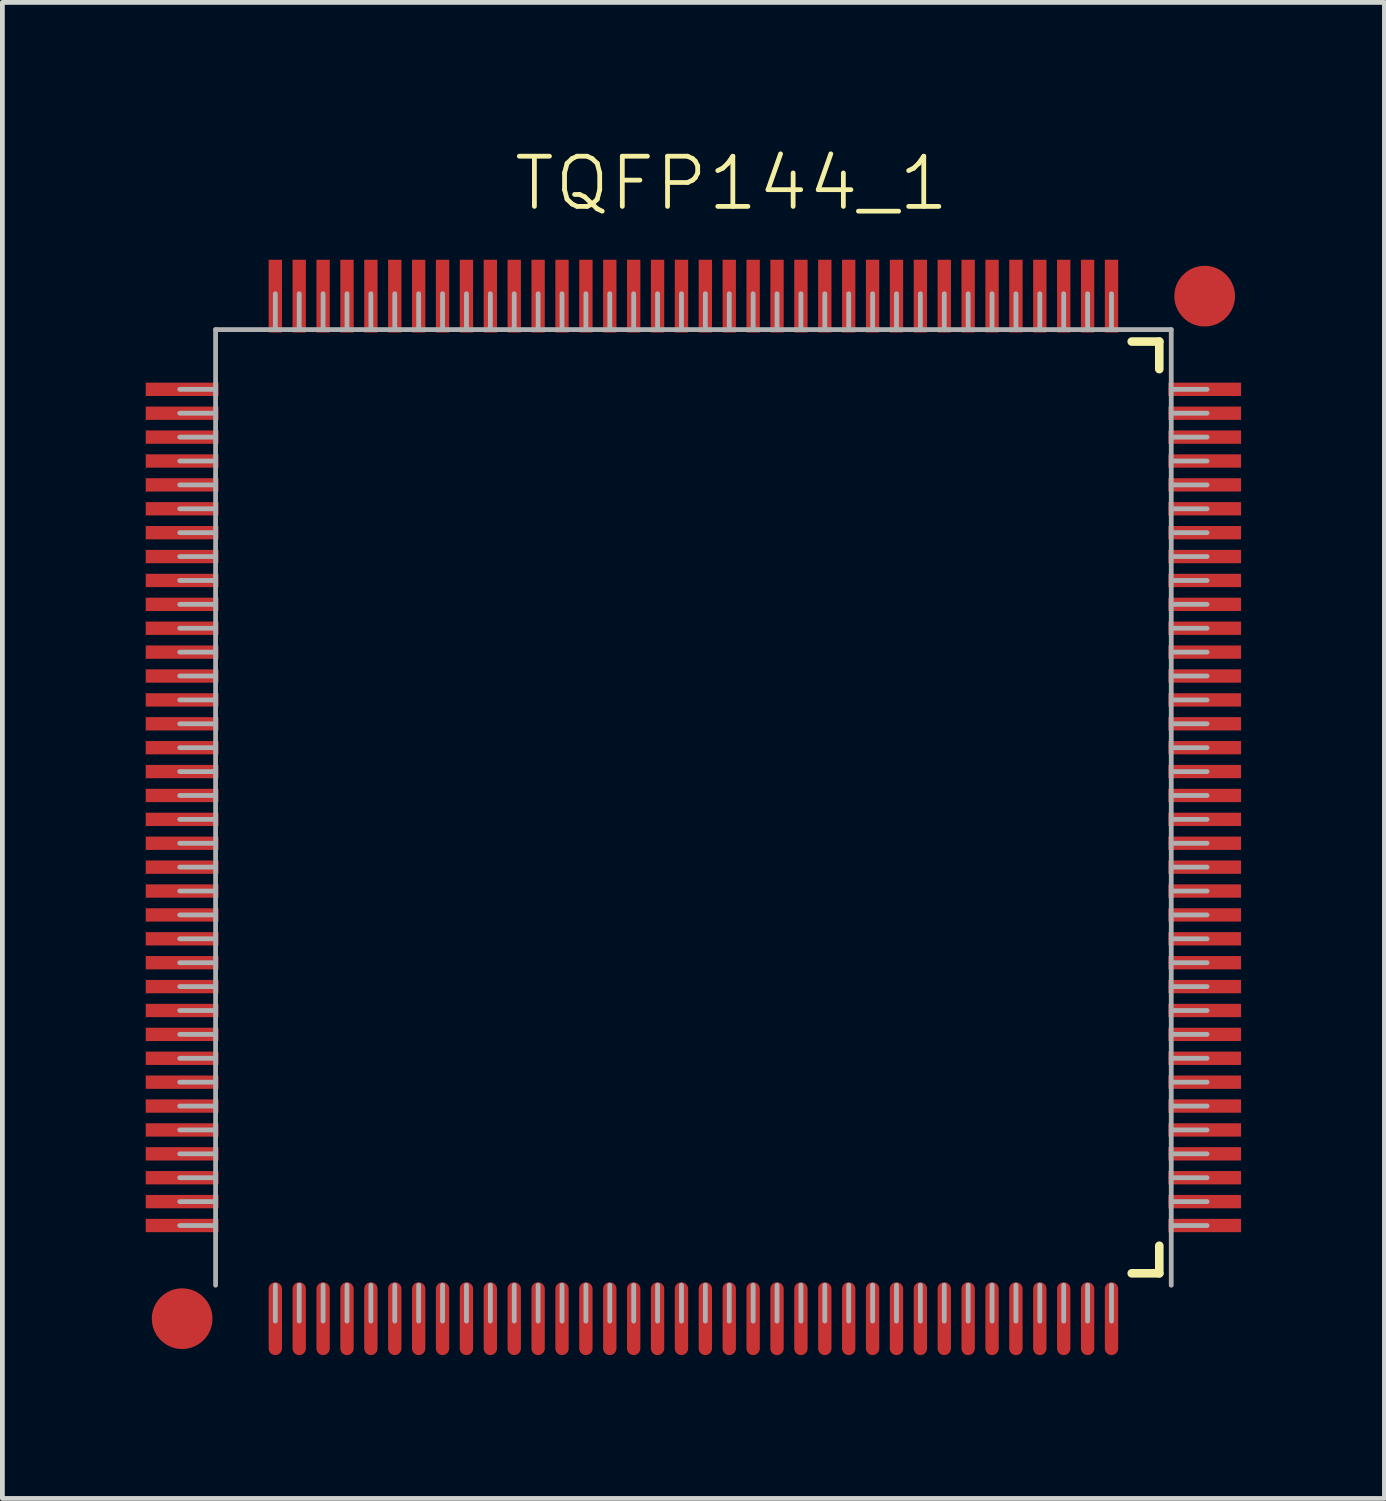
<source format=kicad_pcb>
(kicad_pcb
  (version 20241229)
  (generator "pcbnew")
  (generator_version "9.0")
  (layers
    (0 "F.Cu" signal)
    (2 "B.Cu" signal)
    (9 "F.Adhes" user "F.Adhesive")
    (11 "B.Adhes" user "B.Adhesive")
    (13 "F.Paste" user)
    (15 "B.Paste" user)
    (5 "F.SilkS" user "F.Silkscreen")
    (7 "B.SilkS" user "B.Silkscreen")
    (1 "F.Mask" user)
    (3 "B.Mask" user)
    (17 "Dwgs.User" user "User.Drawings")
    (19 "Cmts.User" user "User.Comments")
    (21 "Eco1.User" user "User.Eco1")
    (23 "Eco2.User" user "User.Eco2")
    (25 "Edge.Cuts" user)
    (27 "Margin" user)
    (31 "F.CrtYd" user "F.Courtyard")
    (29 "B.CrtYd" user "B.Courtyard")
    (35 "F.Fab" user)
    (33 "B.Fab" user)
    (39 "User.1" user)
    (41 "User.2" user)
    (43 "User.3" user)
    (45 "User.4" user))
  (footprint "TQFP144_1"
    (layer "F.Cu")
    (at 11.462 13.848)
    (property "Reference" "TQFP144_1" (at 0.799 -13.059 0) (unlocked yes) (layer "F.SilkS") (effects (font (size 1.05 1.104) (thickness 0.1))))
    (attr smd)
    (fp_line (start 9.173 -9.75) (end 9.75 -9.75) (stroke (width 0.18) (type solid)) (layer "F.SilkS"))
    (fp_line (start 9.173 9.75) (end 9.75 9.75) (stroke (width 0.18) (type solid)) (layer "F.SilkS"))
    (fp_line (start 9.75 -9.173) (end 9.75 -9.75) (stroke (width 0.18) (type solid)) (layer "F.SilkS"))
    (fp_line (start 9.75 9.75) (end 9.75 9.173) (stroke (width 0.18) (type solid)) (layer "F.SilkS"))
    (fp_line (start -10.75 -8.75) (end -10 -8.75) (stroke (width 0.1) (type solid)) (layer "F.Fab"))
    (fp_line (start -10.75 -8.25) (end -10 -8.25) (stroke (width 0.1) (type solid)) (layer "F.Fab"))
    (fp_line (start -10.75 -7.75) (end -10 -7.75) (stroke (width 0.1) (type solid)) (layer "F.Fab"))
    (fp_line (start -10.75 -7.25) (end -10 -7.25) (stroke (width 0.1) (type solid)) (layer "F.Fab"))
    (fp_line (start -10.75 -6.75) (end -10 -6.75) (stroke (width 0.1) (type solid)) (layer "F.Fab"))
    (fp_line (start -10.75 -6.25) (end -10 -6.25) (stroke (width 0.1) (type solid)) (layer "F.Fab"))
    (fp_line (start -10.75 -5.75) (end -10 -5.75) (stroke (width 0.1) (type solid)) (layer "F.Fab"))
    (fp_line (start -10.75 -5.25) (end -10 -5.25) (stroke (width 0.1) (type solid)) (layer "F.Fab"))
    (fp_line (start -10.75 -4.75) (end -10 -4.75) (stroke (width 0.1) (type solid)) (layer "F.Fab"))
    (fp_line (start -10.75 -4.25) (end -10 -4.25) (stroke (width 0.1) (type solid)) (layer "F.Fab"))
    (fp_line (start -10.75 -3.75) (end -10 -3.75) (stroke (width 0.1) (type solid)) (layer "F.Fab"))
    (fp_line (start -10.75 -3.25) (end -10 -3.25) (stroke (width 0.1) (type solid)) (layer "F.Fab"))
    (fp_line (start -10.75 -2.75) (end -10 -2.75) (stroke (width 0.1) (type solid)) (layer "F.Fab"))
    (fp_line (start -10.75 -2.25) (end -10 -2.25) (stroke (width 0.1) (type solid)) (layer "F.Fab"))
    (fp_line (start -10.75 -1.75) (end -10 -1.75) (stroke (width 0.1) (type solid)) (layer "F.Fab"))
    (fp_line (start -10.75 -1.25) (end -10 -1.25) (stroke (width 0.1) (type solid)) (layer "F.Fab"))
    (fp_line (start -10.75 -0.75) (end -10 -0.75) (stroke (width 0.1) (type solid)) (layer "F.Fab"))
    (fp_line (start -10.75 -0.25) (end -10 -0.25) (stroke (width 0.1) (type solid)) (layer "F.Fab"))
    (fp_line (start -10.75 0.25) (end -10 0.25) (stroke (width 0.1) (type solid)) (layer "F.Fab"))
    (fp_line (start -10.75 0.75) (end -10 0.75) (stroke (width 0.1) (type solid)) (layer "F.Fab"))
    (fp_line (start -10.75 1.25) (end -10 1.25) (stroke (width 0.1) (type solid)) (layer "F.Fab"))
    (fp_line (start -10.75 1.75) (end -10 1.75) (stroke (width 0.1) (type solid)) (layer "F.Fab"))
    (fp_line (start -10.75 2.25) (end -10 2.25) (stroke (width 0.1) (type solid)) (layer "F.Fab"))
    (fp_line (start -10.75 2.75) (end -10 2.75) (stroke (width 0.1) (type solid)) (layer "F.Fab"))
    (fp_line (start -10.75 3.25) (end -10 3.25) (stroke (width 0.1) (type solid)) (layer "F.Fab"))
    (fp_line (start -10.75 3.75) (end -10 3.75) (stroke (width 0.1) (type solid)) (layer "F.Fab"))
    (fp_line (start -10.75 4.25) (end -10 4.25) (stroke (width 0.1) (type solid)) (layer "F.Fab"))
    (fp_line (start -10.75 4.75) (end -10 4.75) (stroke (width 0.1) (type solid)) (layer "F.Fab"))
    (fp_line (start -10.75 5.25) (end -10 5.25) (stroke (width 0.1) (type solid)) (layer "F.Fab"))
    (fp_line (start -10.75 5.75) (end -10 5.75) (stroke (width 0.1) (type solid)) (layer "F.Fab"))
    (fp_line (start -10.75 6.25) (end -10 6.25) (stroke (width 0.1) (type solid)) (layer "F.Fab"))
    (fp_line (start -10.75 6.75) (end -10 6.75) (stroke (width 0.1) (type solid)) (layer "F.Fab"))
    (fp_line (start -10.75 7.25) (end -10 7.25) (stroke (width 0.1) (type solid)) (layer "F.Fab"))
    (fp_line (start -10.75 7.75) (end -10 7.75) (stroke (width 0.1) (type solid)) (layer "F.Fab"))
    (fp_line (start -10.75 8.25) (end -10 8.25) (stroke (width 0.1) (type solid)) (layer "F.Fab"))
    (fp_line (start -10.75 8.75) (end -10 8.75) (stroke (width 0.1) (type solid)) (layer "F.Fab"))
    (fp_line (start -10 -10) (end 10 -10) (stroke (width 0.1) (type solid)) (layer "F.Fab"))
    (fp_line (start -10 10) (end -10 -10) (stroke (width 0.1) (type solid)) (layer "F.Fab"))
    (fp_line (start -8.75 -10) (end -8.75 -10.75) (stroke (width 0.1) (type solid)) (layer "F.Fab"))
    (fp_line (start -8.75 10.75) (end -8.75 10) (stroke (width 0.1) (type solid)) (layer "F.Fab"))
    (fp_line (start -8.25 -10) (end -8.25 -10.75) (stroke (width 0.1) (type solid)) (layer "F.Fab"))
    (fp_line (start -8.25 10.75) (end -8.25 10) (stroke (width 0.1) (type solid)) (layer "F.Fab"))
    (fp_line (start -7.75 -10) (end -7.75 -10.75) (stroke (width 0.1) (type solid)) (layer "F.Fab"))
    (fp_line (start -7.75 10.75) (end -7.75 10) (stroke (width 0.1) (type solid)) (layer "F.Fab"))
    (fp_line (start -7.25 -10) (end -7.25 -10.75) (stroke (width 0.1) (type solid)) (layer "F.Fab"))
    (fp_line (start -7.25 10.75) (end -7.25 10) (stroke (width 0.1) (type solid)) (layer "F.Fab"))
    (fp_line (start -6.75 -10) (end -6.75 -10.75) (stroke (width 0.1) (type solid)) (layer "F.Fab"))
    (fp_line (start -6.75 10.75) (end -6.75 10) (stroke (width 0.1) (type solid)) (layer "F.Fab"))
    (fp_line (start -6.25 -10) (end -6.25 -10.75) (stroke (width 0.1) (type solid)) (layer "F.Fab"))
    (fp_line (start -6.25 10.75) (end -6.25 10) (stroke (width 0.1) (type solid)) (layer "F.Fab"))
    (fp_line (start -5.75 -10) (end -5.75 -10.75) (stroke (width 0.1) (type solid)) (layer "F.Fab"))
    (fp_line (start -5.75 10.75) (end -5.75 10) (stroke (width 0.1) (type solid)) (layer "F.Fab"))
    (fp_line (start -5.25 -10) (end -5.25 -10.75) (stroke (width 0.1) (type solid)) (layer "F.Fab"))
    (fp_line (start -5.25 10.75) (end -5.25 10) (stroke (width 0.1) (type solid)) (layer "F.Fab"))
    (fp_line (start -4.75 -10) (end -4.75 -10.75) (stroke (width 0.1) (type solid)) (layer "F.Fab"))
    (fp_line (start -4.75 10.75) (end -4.75 10) (stroke (width 0.1) (type solid)) (layer "F.Fab"))
    (fp_line (start -4.25 -10) (end -4.25 -10.75) (stroke (width 0.1) (type solid)) (layer "F.Fab"))
    (fp_line (start -4.25 10.75) (end -4.25 10) (stroke (width 0.1) (type solid)) (layer "F.Fab"))
    (fp_line (start -3.75 -10) (end -3.75 -10.75) (stroke (width 0.1) (type solid)) (layer "F.Fab"))
    (fp_line (start -3.75 10.75) (end -3.75 10) (stroke (width 0.1) (type solid)) (layer "F.Fab"))
    (fp_line (start -3.25 -10) (end -3.25 -10.75) (stroke (width 0.1) (type solid)) (layer "F.Fab"))
    (fp_line (start -3.25 10.75) (end -3.25 10) (stroke (width 0.1) (type solid)) (layer "F.Fab"))
    (fp_line (start -2.75 -10) (end -2.75 -10.75) (stroke (width 0.1) (type solid)) (layer "F.Fab"))
    (fp_line (start -2.75 10.75) (end -2.75 10) (stroke (width 0.1) (type solid)) (layer "F.Fab"))
    (fp_line (start -2.25 -10) (end -2.25 -10.75) (stroke (width 0.1) (type solid)) (layer "F.Fab"))
    (fp_line (start -2.25 10.75) (end -2.25 10) (stroke (width 0.1) (type solid)) (layer "F.Fab"))
    (fp_line (start -1.75 -10) (end -1.75 -10.75) (stroke (width 0.1) (type solid)) (layer "F.Fab"))
    (fp_line (start -1.75 10.75) (end -1.75 10) (stroke (width 0.1) (type solid)) (layer "F.Fab"))
    (fp_line (start -1.25 -10) (end -1.25 -10.75) (stroke (width 0.1) (type solid)) (layer "F.Fab"))
    (fp_line (start -1.25 10.75) (end -1.25 10) (stroke (width 0.1) (type solid)) (layer "F.Fab"))
    (fp_line (start -0.75 -10) (end -0.75 -10.75) (stroke (width 0.1) (type solid)) (layer "F.Fab"))
    (fp_line (start -0.75 10.75) (end -0.75 10) (stroke (width 0.1) (type solid)) (layer "F.Fab"))
    (fp_line (start -0.25 -10) (end -0.25 -10.75) (stroke (width 0.1) (type solid)) (layer "F.Fab"))
    (fp_line (start -0.25 10.75) (end -0.25 10) (stroke (width 0.1) (type solid)) (layer "F.Fab"))
    (fp_line (start 0.25 -10) (end 0.25 -10.75) (stroke (width 0.1) (type solid)) (layer "F.Fab"))
    (fp_line (start 0.25 10.75) (end 0.25 10) (stroke (width 0.1) (type solid)) (layer "F.Fab"))
    (fp_line (start 0.75 -10) (end 0.75 -10.75) (stroke (width 0.1) (type solid)) (layer "F.Fab"))
    (fp_line (start 0.75 10.75) (end 0.75 10) (stroke (width 0.1) (type solid)) (layer "F.Fab"))
    (fp_line (start 1.25 -10) (end 1.25 -10.75) (stroke (width 0.1) (type solid)) (layer "F.Fab"))
    (fp_line (start 1.25 10.75) (end 1.25 10) (stroke (width 0.1) (type solid)) (layer "F.Fab"))
    (fp_line (start 1.75 -10) (end 1.75 -10.75) (stroke (width 0.1) (type solid)) (layer "F.Fab"))
    (fp_line (start 1.75 10.75) (end 1.75 10) (stroke (width 0.1) (type solid)) (layer "F.Fab"))
    (fp_line (start 2.25 -10) (end 2.25 -10.75) (stroke (width 0.1) (type solid)) (layer "F.Fab"))
    (fp_line (start 2.25 10.75) (end 2.25 10) (stroke (width 0.1) (type solid)) (layer "F.Fab"))
    (fp_line (start 2.75 -10) (end 2.75 -10.75) (stroke (width 0.1) (type solid)) (layer "F.Fab"))
    (fp_line (start 2.75 10.75) (end 2.75 10) (stroke (width 0.1) (type solid)) (layer "F.Fab"))
    (fp_line (start 3.25 -10) (end 3.25 -10.75) (stroke (width 0.1) (type solid)) (layer "F.Fab"))
    (fp_line (start 3.25 10.75) (end 3.25 10) (stroke (width 0.1) (type solid)) (layer "F.Fab"))
    (fp_line (start 3.75 -10) (end 3.75 -10.75) (stroke (width 0.1) (type solid)) (layer "F.Fab"))
    (fp_line (start 3.75 10.75) (end 3.75 10) (stroke (width 0.1) (type solid)) (layer "F.Fab"))
    (fp_line (start 4.25 -10) (end 4.25 -10.75) (stroke (width 0.1) (type solid)) (layer "F.Fab"))
    (fp_line (start 4.25 10.75) (end 4.25 10) (stroke (width 0.1) (type solid)) (layer "F.Fab"))
    (fp_line (start 4.75 -10) (end 4.75 -10.75) (stroke (width 0.1) (type solid)) (layer "F.Fab"))
    (fp_line (start 4.75 10.75) (end 4.75 10) (stroke (width 0.1) (type solid)) (layer "F.Fab"))
    (fp_line (start 5.25 -10) (end 5.25 -10.75) (stroke (width 0.1) (type solid)) (layer "F.Fab"))
    (fp_line (start 5.25 10.75) (end 5.25 10) (stroke (width 0.1) (type solid)) (layer "F.Fab"))
    (fp_line (start 5.75 -10) (end 5.75 -10.75) (stroke (width 0.1) (type solid)) (layer "F.Fab"))
    (fp_line (start 5.75 10.75) (end 5.75 10) (stroke (width 0.1) (type solid)) (layer "F.Fab"))
    (fp_line (start 6.25 -10) (end 6.25 -10.75) (stroke (width 0.1) (type solid)) (layer "F.Fab"))
    (fp_line (start 6.25 10.75) (end 6.25 10) (stroke (width 0.1) (type solid)) (layer "F.Fab"))
    (fp_line (start 6.75 -10) (end 6.75 -10.75) (stroke (width 0.1) (type solid)) (layer "F.Fab"))
    (fp_line (start 6.75 10.75) (end 6.75 10) (stroke (width 0.1) (type solid)) (layer "F.Fab"))
    (fp_line (start 7.25 -10) (end 7.25 -10.75) (stroke (width 0.1) (type solid)) (layer "F.Fab"))
    (fp_line (start 7.25 10.75) (end 7.25 10) (stroke (width 0.1) (type solid)) (layer "F.Fab"))
    (fp_line (start 7.75 -10) (end 7.75 -10.75) (stroke (width 0.1) (type solid)) (layer "F.Fab"))
    (fp_line (start 7.75 10.75) (end 7.75 10) (stroke (width 0.1) (type solid)) (layer "F.Fab"))
    (fp_line (start 8.25 -10) (end 8.25 -10.75) (stroke (width 0.1) (type solid)) (layer "F.Fab"))
    (fp_line (start 8.25 10.75) (end 8.25 10) (stroke (width 0.1) (type solid)) (layer "F.Fab"))
    (fp_line (start 8.75 -10) (end 8.75 -10.75) (stroke (width 0.1) (type solid)) (layer "F.Fab"))
    (fp_line (start 8.75 10.75) (end 8.75 10) (stroke (width 0.1) (type solid)) (layer "F.Fab"))
    (fp_line (start 10 -8.75) (end 10.75 -8.75) (stroke (width 0.1) (type solid)) (layer "F.Fab"))
    (fp_line (start 10 -8.25) (end 10.75 -8.25) (stroke (width 0.1) (type solid)) (layer "F.Fab"))
    (fp_line (start 10 -7.75) (end 10.75 -7.75) (stroke (width 0.1) (type solid)) (layer "F.Fab"))
    (fp_line (start 10 -7.25) (end 10.75 -7.25) (stroke (width 0.1) (type solid)) (layer "F.Fab"))
    (fp_line (start 10 -6.75) (end 10.75 -6.75) (stroke (width 0.1) (type solid)) (layer "F.Fab"))
    (fp_line (start 10 -6.25) (end 10.75 -6.25) (stroke (width 0.1) (type solid)) (layer "F.Fab"))
    (fp_line (start 10 -5.75) (end 10.75 -5.75) (stroke (width 0.1) (type solid)) (layer "F.Fab"))
    (fp_line (start 10 -5.25) (end 10.75 -5.25) (stroke (width 0.1) (type solid)) (layer "F.Fab"))
    (fp_line (start 10 -4.75) (end 10.75 -4.75) (stroke (width 0.1) (type solid)) (layer "F.Fab"))
    (fp_line (start 10 -4.25) (end 10.75 -4.25) (stroke (width 0.1) (type solid)) (layer "F.Fab"))
    (fp_line (start 10 -3.75) (end 10.75 -3.75) (stroke (width 0.1) (type solid)) (layer "F.Fab"))
    (fp_line (start 10 -3.25) (end 10.75 -3.25) (stroke (width 0.1) (type solid)) (layer "F.Fab"))
    (fp_line (start 10 -2.75) (end 10.75 -2.75) (stroke (width 0.1) (type solid)) (layer "F.Fab"))
    (fp_line (start 10 -2.25) (end 10.75 -2.25) (stroke (width 0.1) (type solid)) (layer "F.Fab"))
    (fp_line (start 10 -1.75) (end 10.75 -1.75) (stroke (width 0.1) (type solid)) (layer "F.Fab"))
    (fp_line (start 10 -1.25) (end 10.75 -1.25) (stroke (width 0.1) (type solid)) (layer "F.Fab"))
    (fp_line (start 10 -0.75) (end 10.75 -0.75) (stroke (width 0.1) (type solid)) (layer "F.Fab"))
    (fp_line (start 10 -0.25) (end 10.75 -0.25) (stroke (width 0.1) (type solid)) (layer "F.Fab"))
    (fp_line (start 10 0.25) (end 10.75 0.25) (stroke (width 0.1) (type solid)) (layer "F.Fab"))
    (fp_line (start 10 0.75) (end 10.75 0.75) (stroke (width 0.1) (type solid)) (layer "F.Fab"))
    (fp_line (start 10 1.25) (end 10.75 1.25) (stroke (width 0.1) (type solid)) (layer "F.Fab"))
    (fp_line (start 10 1.75) (end 10.75 1.75) (stroke (width 0.1) (type solid)) (layer "F.Fab"))
    (fp_line (start 10 2.25) (end 10.75 2.25) (stroke (width 0.1) (type solid)) (layer "F.Fab"))
    (fp_line (start 10 2.75) (end 10.75 2.75) (stroke (width 0.1) (type solid)) (layer "F.Fab"))
    (fp_line (start 10 3.25) (end 10.75 3.25) (stroke (width 0.1) (type solid)) (layer "F.Fab"))
    (fp_line (start 10 3.75) (end 10.75 3.75) (stroke (width 0.1) (type solid)) (layer "F.Fab"))
    (fp_line (start 10 4.25) (end 10.75 4.25) (stroke (width 0.1) (type solid)) (layer "F.Fab"))
    (fp_line (start 10 4.75) (end 10.75 4.75) (stroke (width 0.1) (type solid)) (layer "F.Fab"))
    (fp_line (start 10 5.25) (end 10.75 5.25) (stroke (width 0.1) (type solid)) (layer "F.Fab"))
    (fp_line (start 10 5.75) (end 10.75 5.75) (stroke (width 0.1) (type solid)) (layer "F.Fab"))
    (fp_line (start 10 6.25) (end 10.75 6.25) (stroke (width 0.1) (type solid)) (layer "F.Fab"))
    (fp_line (start 10 6.75) (end 10.75 6.75) (stroke (width 0.1) (type solid)) (layer "F.Fab"))
    (fp_line (start 10 7.25) (end 10.75 7.25) (stroke (width 0.1) (type solid)) (layer "F.Fab"))
    (fp_line (start 10 7.75) (end 10.75 7.75) (stroke (width 0.1) (type solid)) (layer "F.Fab"))
    (fp_line (start 10 8.25) (end 10.75 8.25) (stroke (width 0.1) (type solid)) (layer "F.Fab"))
    (fp_line (start 10 8.75) (end 10.75 8.75) (stroke (width 0.1) (type solid)) (layer "F.Fab"))
    (fp_line (start 10 10) (end 10 -10) (stroke (width 0.1) (type solid)) (layer "F.Fab"))
    (fp_circle (center -9 -8.75) (end -8.5 -8.75) (stroke (width 0.00003) (type solid)) (fill no) (layer "F.Fab"))
    (pad "1" smd rect (at -10.7 -8.75) (size 1.524 0.279) (layers "F.Cu" "F.Mask" "F.Paste"))
    (pad "2" smd rect (at -10.7 -8.25) (size 1.524 0.279) (layers "F.Cu" "F.Mask" "F.Paste"))
    (pad "3" smd rect (at -10.7 -7.75) (size 1.524 0.279) (layers "F.Cu" "F.Mask" "F.Paste"))
    (pad "4" smd rect (at -10.7 -7.25) (size 1.524 0.279) (layers "F.Cu" "F.Mask" "F.Paste"))
    (pad "5" smd rect (at -10.7 -6.75) (size 1.524 0.279) (layers "F.Cu" "F.Mask" "F.Paste"))
    (pad "6" smd rect (at -10.7 -6.25) (size 1.524 0.279) (layers "F.Cu" "F.Mask" "F.Paste"))
    (pad "7" smd rect (at -10.7 -5.75) (size 1.524 0.279) (layers "F.Cu" "F.Mask" "F.Paste"))
    (pad "8" smd rect (at -10.7 -5.25) (size 1.524 0.279) (layers "F.Cu" "F.Mask" "F.Paste"))
    (pad "9" smd rect (at -10.7 -4.75) (size 1.524 0.279) (layers "F.Cu" "F.Mask" "F.Paste"))
    (pad "10" smd rect (at -10.7 -4.25) (size 1.524 0.279) (layers "F.Cu" "F.Mask" "F.Paste"))
    (pad "11" smd rect (at -10.7 -3.75) (size 1.524 0.279) (layers "F.Cu" "F.Mask" "F.Paste"))
    (pad "12" smd rect (at -10.7 -3.25) (size 1.524 0.279) (layers "F.Cu" "F.Mask" "F.Paste"))
    (pad "13" smd rect (at -10.7 -2.75) (size 1.524 0.279) (layers "F.Cu" "F.Mask" "F.Paste"))
    (pad "14" smd rect (at -10.7 -2.25) (size 1.524 0.279) (layers "F.Cu" "F.Mask" "F.Paste"))
    (pad "15" smd rect (at -10.7 -1.75) (size 1.524 0.279) (layers "F.Cu" "F.Mask" "F.Paste"))
    (pad "16" smd rect (at -10.7 -1.25) (size 1.524 0.279) (layers "F.Cu" "F.Mask" "F.Paste"))
    (pad "17" smd rect (at -10.7 -0.75) (size 1.524 0.279) (layers "F.Cu" "F.Mask" "F.Paste"))
    (pad "18" smd rect (at -10.7 -0.25) (size 1.524 0.279) (layers "F.Cu" "F.Mask" "F.Paste"))
    (pad "19" smd rect (at -10.7 0.25) (size 1.524 0.279) (layers "F.Cu" "F.Mask" "F.Paste"))
    (pad "20" smd rect (at -10.7 0.75) (size 1.524 0.279) (layers "F.Cu" "F.Mask" "F.Paste"))
    (pad "21" smd rect (at -10.7 1.25) (size 1.524 0.279) (layers "F.Cu" "F.Mask" "F.Paste"))
    (pad "22" smd rect (at -10.7 1.75) (size 1.524 0.279) (layers "F.Cu" "F.Mask" "F.Paste"))
    (pad "23" smd rect (at -10.7 2.25) (size 1.524 0.279) (layers "F.Cu" "F.Mask" "F.Paste"))
    (pad "24" smd rect (at -10.7 2.75) (size 1.524 0.279) (layers "F.Cu" "F.Mask" "F.Paste"))
    (pad "25" smd rect (at -10.7 3.25) (size 1.524 0.279) (layers "F.Cu" "F.Mask" "F.Paste"))
    (pad "26" smd rect (at -10.7 3.75) (size 1.524 0.279) (layers "F.Cu" "F.Mask" "F.Paste"))
    (pad "27" smd rect (at -10.7 4.25) (size 1.524 0.279) (layers "F.Cu" "F.Mask" "F.Paste"))
    (pad "28" smd rect (at -10.7 4.75) (size 1.524 0.279) (layers "F.Cu" "F.Mask" "F.Paste"))
    (pad "29" smd rect (at -10.7 5.25) (size 1.524 0.279) (layers "F.Cu" "F.Mask" "F.Paste"))
    (pad "30" smd rect (at -10.7 5.75) (size 1.524 0.279) (layers "F.Cu" "F.Mask" "F.Paste"))
    (pad "31" smd rect (at -10.7 6.25) (size 1.524 0.279) (layers "F.Cu" "F.Mask" "F.Paste"))
    (pad "32" smd rect (at -10.7 6.75) (size 1.524 0.279) (layers "F.Cu" "F.Mask" "F.Paste"))
    (pad "33" smd rect (at -10.7 7.25) (size 1.524 0.279) (layers "F.Cu" "F.Mask" "F.Paste"))
    (pad "34" smd rect (at -10.7 7.75) (size 1.524 0.279) (layers "F.Cu" "F.Mask" "F.Paste"))
    (pad "35" smd rect (at -10.7 8.25) (size 1.524 0.279) (layers "F.Cu" "F.Mask" "F.Paste"))
    (pad "36" smd rect (at -10.7 8.75) (size 1.524 0.279) (layers "F.Cu" "F.Mask" "F.Paste"))
    (pad "37" smd oval (at -8.75 10.7 90) (size 1.524 0.279) (layers "F.Cu" "F.Mask" "F.Paste"))
    (pad "38" smd oval (at -8.25 10.7 90) (size 1.524 0.279) (layers "F.Cu" "F.Mask" "F.Paste"))
    (pad "39" smd oval (at -7.75 10.7 90) (size 1.524 0.279) (layers "F.Cu" "F.Mask" "F.Paste"))
    (pad "40" smd oval (at -7.25 10.7 90) (size 1.524 0.279) (layers "F.Cu" "F.Mask" "F.Paste"))
    (pad "41" smd oval (at -6.75 10.7 90) (size 1.524 0.279) (layers "F.Cu" "F.Mask" "F.Paste"))
    (pad "42" smd oval (at -6.25 10.7 90) (size 1.524 0.279) (layers "F.Cu" "F.Mask" "F.Paste"))
    (pad "43" smd oval (at -5.75 10.7 90) (size 1.524 0.279) (layers "F.Cu" "F.Mask" "F.Paste"))
    (pad "44" smd oval (at -5.25 10.7 90) (size 1.524 0.279) (layers "F.Cu" "F.Mask" "F.Paste"))
    (pad "45" smd oval (at -4.75 10.7 90) (size 1.524 0.279) (layers "F.Cu" "F.Mask" "F.Paste"))
    (pad "46" smd oval (at -4.25 10.7 90) (size 1.524 0.279) (layers "F.Cu" "F.Mask" "F.Paste"))
    (pad "47" smd oval (at -3.75 10.7 90) (size 1.524 0.279) (layers "F.Cu" "F.Mask" "F.Paste"))
    (pad "48" smd oval (at -3.25 10.7 90) (size 1.524 0.279) (layers "F.Cu" "F.Mask" "F.Paste"))
    (pad "49" smd oval (at -2.75 10.7 90) (size 1.524 0.279) (layers "F.Cu" "F.Mask" "F.Paste"))
    (pad "50" smd oval (at -2.25 10.7 90) (size 1.524 0.279) (layers "F.Cu" "F.Mask" "F.Paste"))
    (pad "51" smd oval (at -1.75 10.7 90) (size 1.524 0.279) (layers "F.Cu" "F.Mask" "F.Paste"))
    (pad "52" smd oval (at -1.25 10.7 90) (size 1.524 0.279) (layers "F.Cu" "F.Mask" "F.Paste"))
    (pad "53" smd oval (at -0.75 10.7 90) (size 1.524 0.279) (layers "F.Cu" "F.Mask" "F.Paste"))
    (pad "54" smd oval (at -0.25 10.7 90) (size 1.524 0.279) (layers "F.Cu" "F.Mask" "F.Paste"))
    (pad "55" smd oval (at 0.25 10.7 90) (size 1.524 0.279) (layers "F.Cu" "F.Mask" "F.Paste"))
    (pad "56" smd oval (at 0.75 10.7 90) (size 1.524 0.279) (layers "F.Cu" "F.Mask" "F.Paste"))
    (pad "57" smd oval (at 1.25 10.7 90) (size 1.524 0.279) (layers "F.Cu" "F.Mask" "F.Paste"))
    (pad "58" smd oval (at 1.75 10.7 90) (size 1.524 0.279) (layers "F.Cu" "F.Mask" "F.Paste"))
    (pad "59" smd oval (at 2.25 10.7 90) (size 1.524 0.279) (layers "F.Cu" "F.Mask" "F.Paste"))
    (pad "60" smd oval (at 2.75 10.7 90) (size 1.524 0.279) (layers "F.Cu" "F.Mask" "F.Paste"))
    (pad "61" smd oval (at 3.25 10.7 90) (size 1.524 0.279) (layers "F.Cu" "F.Mask" "F.Paste"))
    (pad "62" smd oval (at 3.75 10.7 90) (size 1.524 0.279) (layers "F.Cu" "F.Mask" "F.Paste"))
    (pad "63" smd oval (at 4.25 10.7 90) (size 1.524 0.279) (layers "F.Cu" "F.Mask" "F.Paste"))
    (pad "64" smd oval (at 4.75 10.7 90) (size 1.524 0.279) (layers "F.Cu" "F.Mask" "F.Paste"))
    (pad "65" smd oval (at 5.25 10.7 90) (size 1.524 0.279) (layers "F.Cu" "F.Mask" "F.Paste"))
    (pad "66" smd oval (at 5.75 10.7 90) (size 1.524 0.279) (layers "F.Cu" "F.Mask" "F.Paste"))
    (pad "67" smd oval (at 6.25 10.7 90) (size 1.524 0.279) (layers "F.Cu" "F.Mask" "F.Paste"))
    (pad "68" smd oval (at 6.75 10.7 90) (size 1.524 0.279) (layers "F.Cu" "F.Mask" "F.Paste"))
    (pad "69" smd oval (at 7.25 10.7 90) (size 1.524 0.279) (layers "F.Cu" "F.Mask" "F.Paste"))
    (pad "70" smd oval (at 7.75 10.7 90) (size 1.524 0.279) (layers "F.Cu" "F.Mask" "F.Paste"))
    (pad "71" smd oval (at 8.25 10.7 90) (size 1.524 0.279) (layers "F.Cu" "F.Mask" "F.Paste"))
    (pad "72" smd oval (at 8.75 10.7 90) (size 1.524 0.279) (layers "F.Cu" "F.Mask" "F.Paste"))
    (pad "73" smd rect (at 10.7 8.75) (size 1.524 0.279) (layers "F.Cu" "F.Mask" "F.Paste"))
    (pad "74" smd rect (at 10.7 8.25) (size 1.524 0.279) (layers "F.Cu" "F.Mask" "F.Paste"))
    (pad "75" smd rect (at 10.7 7.75) (size 1.524 0.279) (layers "F.Cu" "F.Mask" "F.Paste"))
    (pad "76" smd rect (at 10.7 7.25) (size 1.524 0.279) (layers "F.Cu" "F.Mask" "F.Paste"))
    (pad "77" smd rect (at 10.7 6.75) (size 1.524 0.279) (layers "F.Cu" "F.Mask" "F.Paste"))
    (pad "78" smd rect (at 10.7 6.25) (size 1.524 0.279) (layers "F.Cu" "F.Mask" "F.Paste"))
    (pad "79" smd rect (at 10.7 5.75) (size 1.524 0.279) (layers "F.Cu" "F.Mask" "F.Paste"))
    (pad "80" smd rect (at 10.7 5.25) (size 1.524 0.279) (layers "F.Cu" "F.Mask" "F.Paste"))
    (pad "81" smd rect (at 10.7 4.75) (size 1.524 0.279) (layers "F.Cu" "F.Mask" "F.Paste"))
    (pad "82" smd rect (at 10.7 4.25) (size 1.524 0.279) (layers "F.Cu" "F.Mask" "F.Paste"))
    (pad "83" smd rect (at 10.7 3.75) (size 1.524 0.279) (layers "F.Cu" "F.Mask" "F.Paste"))
    (pad "84" smd rect (at 10.7 3.25) (size 1.524 0.279) (layers "F.Cu" "F.Mask" "F.Paste"))
    (pad "85" smd rect (at 10.7 2.75) (size 1.524 0.279) (layers "F.Cu" "F.Mask" "F.Paste"))
    (pad "86" smd rect (at 10.7 2.25) (size 1.524 0.279) (layers "F.Cu" "F.Mask" "F.Paste"))
    (pad "87" smd rect (at 10.7 1.75) (size 1.524 0.279) (layers "F.Cu" "F.Mask" "F.Paste"))
    (pad "88" smd rect (at 10.7 1.25) (size 1.524 0.279) (layers "F.Cu" "F.Mask" "F.Paste"))
    (pad "89" smd rect (at 10.7 0.75) (size 1.524 0.279) (layers "F.Cu" "F.Mask" "F.Paste"))
    (pad "90" smd rect (at 10.7 0.25) (size 1.524 0.279) (layers "F.Cu" "F.Mask" "F.Paste"))
    (pad "91" smd rect (at 10.7 -0.25) (size 1.524 0.279) (layers "F.Cu" "F.Mask" "F.Paste"))
    (pad "92" smd rect (at 10.7 -0.75) (size 1.524 0.279) (layers "F.Cu" "F.Mask" "F.Paste"))
    (pad "93" smd rect (at 10.7 -1.25) (size 1.524 0.279) (layers "F.Cu" "F.Mask" "F.Paste"))
    (pad "94" smd rect (at 10.7 -1.75) (size 1.524 0.279) (layers "F.Cu" "F.Mask" "F.Paste"))
    (pad "95" smd rect (at 10.7 -2.25) (size 1.524 0.279) (layers "F.Cu" "F.Mask" "F.Paste"))
    (pad "96" smd rect (at 10.7 -2.75) (size 1.524 0.279) (layers "F.Cu" "F.Mask" "F.Paste"))
    (pad "97" smd rect (at 10.7 -3.25) (size 1.524 0.279) (layers "F.Cu" "F.Mask" "F.Paste"))
    (pad "98" smd rect (at 10.7 -3.75) (size 1.524 0.279) (layers "F.Cu" "F.Mask" "F.Paste"))
    (pad "99" smd rect (at 10.7 -4.25) (size 1.524 0.279) (layers "F.Cu" "F.Mask" "F.Paste"))
    (pad "100" smd rect (at 10.7 -4.75) (size 1.524 0.279) (layers "F.Cu" "F.Mask" "F.Paste"))
    (pad "101" smd rect (at 10.7 -5.25) (size 1.524 0.279) (layers "F.Cu" "F.Mask" "F.Paste"))
    (pad "102" smd rect (at 10.7 -5.75) (size 1.524 0.279) (layers "F.Cu" "F.Mask" "F.Paste"))
    (pad "103" smd rect (at 10.7 -6.25) (size 1.524 0.279) (layers "F.Cu" "F.Mask" "F.Paste"))
    (pad "104" smd rect (at 10.7 -6.75) (size 1.524 0.279) (layers "F.Cu" "F.Mask" "F.Paste"))
    (pad "105" smd rect (at 10.7 -7.25) (size 1.524 0.279) (layers "F.Cu" "F.Mask" "F.Paste"))
    (pad "106" smd rect (at 10.7 -7.75) (size 1.524 0.279) (layers "F.Cu" "F.Mask" "F.Paste"))
    (pad "107" smd rect (at 10.7 -8.25) (size 1.524 0.279) (layers "F.Cu" "F.Mask" "F.Paste"))
    (pad "108" smd rect (at 10.7 -8.75) (size 1.524 0.279) (layers "F.Cu" "F.Mask" "F.Paste"))
    (pad "109" smd rect (at 8.75 -10.7 90) (size 1.524 0.279) (layers "F.Cu" "F.Mask" "F.Paste"))
    (pad "110" smd rect (at 8.25 -10.7 90) (size 1.524 0.279) (layers "F.Cu" "F.Mask" "F.Paste"))
    (pad "111" smd rect (at 7.75 -10.7 90) (size 1.524 0.279) (layers "F.Cu" "F.Mask" "F.Paste"))
    (pad "112" smd rect (at 7.25 -10.7 90) (size 1.524 0.279) (layers "F.Cu" "F.Mask" "F.Paste"))
    (pad "113" smd rect (at 6.75 -10.7 90) (size 1.524 0.279) (layers "F.Cu" "F.Mask" "F.Paste"))
    (pad "114" smd rect (at 6.25 -10.7 90) (size 1.524 0.279) (layers "F.Cu" "F.Mask" "F.Paste"))
    (pad "115" smd rect (at 5.75 -10.7 90) (size 1.524 0.279) (layers "F.Cu" "F.Mask" "F.Paste"))
    (pad "116" smd rect (at 5.25 -10.7 90) (size 1.524 0.279) (layers "F.Cu" "F.Mask" "F.Paste"))
    (pad "117" smd rect (at 4.75 -10.7 90) (size 1.524 0.279) (layers "F.Cu" "F.Mask" "F.Paste"))
    (pad "118" smd rect (at 4.25 -10.7 90) (size 1.524 0.279) (layers "F.Cu" "F.Mask" "F.Paste"))
    (pad "119" smd rect (at 3.75 -10.7 90) (size 1.524 0.279) (layers "F.Cu" "F.Mask" "F.Paste"))
    (pad "120" smd rect (at 3.25 -10.7 90) (size 1.524 0.279) (layers "F.Cu" "F.Mask" "F.Paste"))
    (pad "121" smd rect (at 2.75 -10.7 90) (size 1.524 0.279) (layers "F.Cu" "F.Mask" "F.Paste"))
    (pad "122" smd rect (at 2.25 -10.7 90) (size 1.524 0.279) (layers "F.Cu" "F.Mask" "F.Paste"))
    (pad "123" smd rect (at 1.75 -10.7 90) (size 1.524 0.279) (layers "F.Cu" "F.Mask" "F.Paste"))
    (pad "124" smd rect (at 1.25 -10.7 90) (size 1.524 0.279) (layers "F.Cu" "F.Mask" "F.Paste"))
    (pad "125" smd rect (at 0.75 -10.7 90) (size 1.524 0.279) (layers "F.Cu" "F.Mask" "F.Paste"))
    (pad "126" smd rect (at 0.25 -10.7 90) (size 1.524 0.279) (layers "F.Cu" "F.Mask" "F.Paste"))
    (pad "127" smd rect (at -0.25 -10.7 90) (size 1.524 0.279) (layers "F.Cu" "F.Mask" "F.Paste"))
    (pad "128" smd rect (at -0.75 -10.7 90) (size 1.524 0.279) (layers "F.Cu" "F.Mask" "F.Paste"))
    (pad "129" smd rect (at -1.25 -10.7 90) (size 1.524 0.279) (layers "F.Cu" "F.Mask" "F.Paste"))
    (pad "130" smd rect (at -1.75 -10.7 90) (size 1.524 0.279) (layers "F.Cu" "F.Mask" "F.Paste"))
    (pad "131" smd rect (at -2.25 -10.7 90) (size 1.524 0.279) (layers "F.Cu" "F.Mask" "F.Paste"))
    (pad "132" smd rect (at -2.75 -10.7 90) (size 1.524 0.279) (layers "F.Cu" "F.Mask" "F.Paste"))
    (pad "133" smd rect (at -3.25 -10.7 90) (size 1.524 0.279) (layers "F.Cu" "F.Mask" "F.Paste"))
    (pad "134" smd rect (at -3.75 -10.7 90) (size 1.524 0.279) (layers "F.Cu" "F.Mask" "F.Paste"))
    (pad "135" smd rect (at -4.25 -10.7 90) (size 1.524 0.279) (layers "F.Cu" "F.Mask" "F.Paste"))
    (pad "136" smd rect (at -4.75 -10.7 90) (size 1.524 0.279) (layers "F.Cu" "F.Mask" "F.Paste"))
    (pad "137" smd rect (at -5.25 -10.7 90) (size 1.524 0.279) (layers "F.Cu" "F.Mask" "F.Paste"))
    (pad "138" smd rect (at -5.75 -10.7 90) (size 1.524 0.279) (layers "F.Cu" "F.Mask" "F.Paste"))
    (pad "139" smd rect (at -6.25 -10.7 90) (size 1.524 0.279) (layers "F.Cu" "F.Mask" "F.Paste"))
    (pad "140" smd rect (at -6.75 -10.7 90) (size 1.524 0.279) (layers "F.Cu" "F.Mask" "F.Paste"))
    (pad "141" smd rect (at -7.25 -10.7 90) (size 1.524 0.279) (layers "F.Cu" "F.Mask" "F.Paste"))
    (pad "142" smd rect (at -7.75 -10.7 90) (size 1.524 0.279) (layers "F.Cu" "F.Mask" "F.Paste"))
    (pad "143" smd rect (at -8.25 -10.7 90) (size 1.524 0.279) (layers "F.Cu" "F.Mask" "F.Paste"))
    (pad "144" smd rect (at -8.75 -10.7 90) (size 1.524 0.279) (layers "F.Cu" "F.Mask" "F.Paste"))
    (pad "145" smd circle (at -10.7 10.7) (size 1.27 1.27) (layers "F.Cu" "F.Mask" "F.Paste"))
    (pad "146" smd circle (at 10.7 -10.7) (size 1.27 1.27) (layers "F.Cu" "F.Mask" "F.Paste")))
  (gr_rect
    (start -3 -3)
    (end 25.924 28.31)
    (stroke (width 0.1) (type default))
    (fill no)
    (layer "Edge.Cuts")))
</source>
